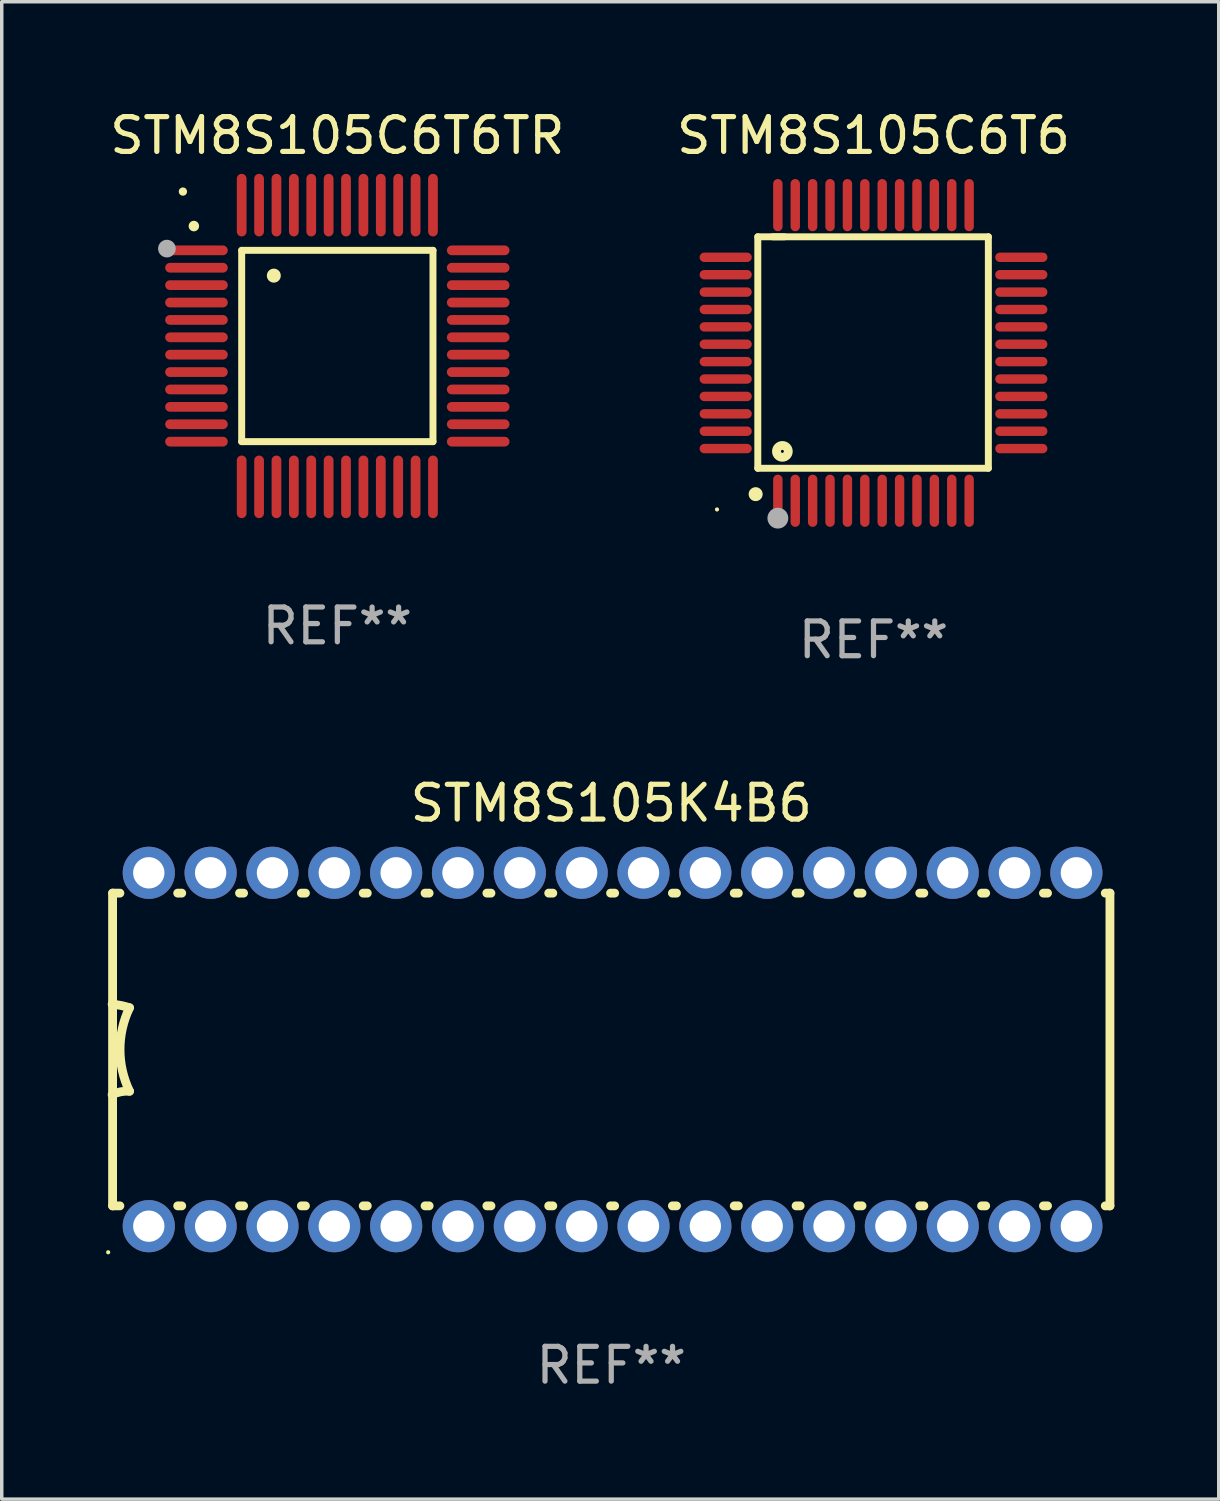
<source format=kicad_pcb>
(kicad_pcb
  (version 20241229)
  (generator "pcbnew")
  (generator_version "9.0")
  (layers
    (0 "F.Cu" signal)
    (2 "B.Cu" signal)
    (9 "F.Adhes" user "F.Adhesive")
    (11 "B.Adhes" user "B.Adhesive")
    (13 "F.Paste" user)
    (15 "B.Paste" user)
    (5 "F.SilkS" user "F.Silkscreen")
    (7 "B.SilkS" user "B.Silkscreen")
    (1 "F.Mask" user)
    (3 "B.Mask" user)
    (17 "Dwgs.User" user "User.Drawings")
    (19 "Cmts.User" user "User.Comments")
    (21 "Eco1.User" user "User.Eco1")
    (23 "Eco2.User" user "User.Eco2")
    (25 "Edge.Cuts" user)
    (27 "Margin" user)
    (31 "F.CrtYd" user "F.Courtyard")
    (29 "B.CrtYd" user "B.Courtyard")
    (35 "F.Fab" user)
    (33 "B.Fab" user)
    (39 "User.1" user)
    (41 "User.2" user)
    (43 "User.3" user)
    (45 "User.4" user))
  (footprint "STM8S105C6T6"
    (layer "F.Cu")
    (at 22.065 7.098)
    (property "Reference" "STM8S105C6T6" (at 0 -6.25 0) (layer "F.SilkS") (effects (font (size 1 1) (thickness 0.15))))
    (attr through_hole)
    (fp_line (start -3.327 -3.34) (end -2.565 -3.34) (stroke (width 0.2) (type solid)) (layer "F.SilkS"))
    (fp_line (start -3.327 3.315) (end -3.327 -3.34) (stroke (width 0.2) (type solid)) (layer "F.SilkS"))
    (fp_line (start -2.896 -3.34) (end 3.302 -3.34) (stroke (width 0.2) (type solid)) (layer "F.SilkS"))
    (fp_line (start 3.302 -3.34) (end 3.302 3.315) (stroke (width 0.2) (type solid)) (layer "F.SilkS"))
    (fp_line (start 3.302 3.315) (end -3.327 3.315) (stroke (width 0.2) (type solid)) (layer "F.SilkS"))
    (fp_arc (start -3.389992 4.059995) (mid -3.388722 4.059991) (end -3.387452 4.059995) (stroke (width 0.4) (type solid)) (layer "F.SilkS"))
    (fp_circle (center -4.5 4.5) (end -4.47 4.5) (stroke (width 0.06) (type solid)) (fill no) (layer "F.SilkS"))
    (fp_circle (center -2.62 2.83) (end -2.45 2.83) (stroke (width 0.254) (type solid)) (fill no) (layer "F.SilkS"))
    (fp_circle (center -2.75 4.75) (end -2.6 4.75) (stroke (width 0.3) (type solid)) (fill no) (layer "F.Fab"))
    (fp_text user "REF**" (at 0 8.25 0) (layer "F.Fab") (effects (font (size 1 1) (thickness 0.15))))
    (pad "1" smd oval (at -2.75 4.25) (size 0.27 1.5) (layers "F.Cu" "F.Mask" "F.Paste"))
    (pad "2" smd oval (at -2.25 4.25) (size 0.27 1.5) (layers "F.Cu" "F.Mask" "F.Paste"))
    (pad "3" smd oval (at -1.75 4.25) (size 0.27 1.5) (layers "F.Cu" "F.Mask" "F.Paste"))
    (pad "4" smd oval (at -1.25 4.25) (size 0.27 1.5) (layers "F.Cu" "F.Mask" "F.Paste"))
    (pad "5" smd oval (at -0.75 4.25) (size 0.27 1.5) (layers "F.Cu" "F.Mask" "F.Paste"))
    (pad "6" smd oval (at -0.25 4.25) (size 0.27 1.5) (layers "F.Cu" "F.Mask" "F.Paste"))
    (pad "7" smd oval (at 0.25 4.25) (size 0.27 1.5) (layers "F.Cu" "F.Mask" "F.Paste"))
    (pad "8" smd oval (at 0.75 4.25) (size 0.27 1.5) (layers "F.Cu" "F.Mask" "F.Paste"))
    (pad "9" smd oval (at 1.25 4.25) (size 0.27 1.5) (layers "F.Cu" "F.Mask" "F.Paste"))
    (pad "10" smd oval (at 1.75 4.25) (size 0.27 1.5) (layers "F.Cu" "F.Mask" "F.Paste"))
    (pad "11" smd oval (at 2.25 4.25) (size 0.27 1.5) (layers "F.Cu" "F.Mask" "F.Paste"))
    (pad "12" smd oval (at 2.75 4.25) (size 0.27 1.5) (layers "F.Cu" "F.Mask" "F.Paste"))
    (pad "13" smd oval (at 4.25 2.75) (size 1.5 0.27) (layers "F.Cu" "F.Mask" "F.Paste"))
    (pad "14" smd oval (at 4.25 2.25) (size 1.5 0.27) (layers "F.Cu" "F.Mask" "F.Paste"))
    (pad "15" smd oval (at 4.25 1.75) (size 1.5 0.27) (layers "F.Cu" "F.Mask" "F.Paste"))
    (pad "16" smd oval (at 4.25 1.25) (size 1.5 0.27) (layers "F.Cu" "F.Mask" "F.Paste"))
    (pad "17" smd oval (at 4.25 0.75) (size 1.5 0.27) (layers "F.Cu" "F.Mask" "F.Paste"))
    (pad "18" smd oval (at 4.25 0.25) (size 1.5 0.27) (layers "F.Cu" "F.Mask" "F.Paste"))
    (pad "19" smd oval (at 4.25 -0.25) (size 1.5 0.27) (layers "F.Cu" "F.Mask" "F.Paste"))
    (pad "20" smd oval (at 4.25 -0.75) (size 1.5 0.27) (layers "F.Cu" "F.Mask" "F.Paste"))
    (pad "21" smd oval (at 4.25 -1.25) (size 1.5 0.27) (layers "F.Cu" "F.Mask" "F.Paste"))
    (pad "22" smd oval (at 4.25 -1.75) (size 1.5 0.27) (layers "F.Cu" "F.Mask" "F.Paste"))
    (pad "23" smd oval (at 4.25 -2.25) (size 1.5 0.27) (layers "F.Cu" "F.Mask" "F.Paste"))
    (pad "24" smd oval (at 4.25 -2.75) (size 1.5 0.27) (layers "F.Cu" "F.Mask" "F.Paste"))
    (pad "25" smd oval (at 2.75 -4.25) (size 0.27 1.5) (layers "F.Cu" "F.Mask" "F.Paste"))
    (pad "26" smd oval (at 2.25 -4.25) (size 0.27 1.5) (layers "F.Cu" "F.Mask" "F.Paste"))
    (pad "27" smd oval (at 1.75 -4.25) (size 0.27 1.5) (layers "F.Cu" "F.Mask" "F.Paste"))
    (pad "28" smd oval (at 1.25 -4.25) (size 0.27 1.5) (layers "F.Cu" "F.Mask" "F.Paste"))
    (pad "29" smd oval (at 0.75 -4.25) (size 0.27 1.5) (layers "F.Cu" "F.Mask" "F.Paste"))
    (pad "30" smd oval (at 0.25 -4.25) (size 0.27 1.5) (layers "F.Cu" "F.Mask" "F.Paste"))
    (pad "31" smd oval (at -0.25 -4.25) (size 0.27 1.5) (layers "F.Cu" "F.Mask" "F.Paste"))
    (pad "32" smd oval (at -0.75 -4.25) (size 0.27 1.5) (layers "F.Cu" "F.Mask" "F.Paste"))
    (pad "33" smd oval (at -1.25 -4.25) (size 0.27 1.5) (layers "F.Cu" "F.Mask" "F.Paste"))
    (pad "34" smd oval (at -1.75 -4.25) (size 0.27 1.5) (layers "F.Cu" "F.Mask" "F.Paste"))
    (pad "35" smd oval (at -2.25 -4.25) (size 0.27 1.5) (layers "F.Cu" "F.Mask" "F.Paste"))
    (pad "36" smd oval (at -2.75 -4.25) (size 0.27 1.5) (layers "F.Cu" "F.Mask" "F.Paste"))
    (pad "37" smd oval (at -4.25 -2.75) (size 1.5 0.27) (layers "F.Cu" "F.Mask" "F.Paste"))
    (pad "38" smd oval (at -4.25 -2.25) (size 1.5 0.27) (layers "F.Cu" "F.Mask" "F.Paste"))
    (pad "39" smd oval (at -4.25 -1.75) (size 1.5 0.27) (layers "F.Cu" "F.Mask" "F.Paste"))
    (pad "40" smd oval (at -4.25 -1.25) (size 1.5 0.27) (layers "F.Cu" "F.Mask" "F.Paste"))
    (pad "41" smd oval (at -4.25 -0.75) (size 1.5 0.27) (layers "F.Cu" "F.Mask" "F.Paste"))
    (pad "42" smd oval (at -4.25 -0.25) (size 1.5 0.27) (layers "F.Cu" "F.Mask" "F.Paste"))
    (pad "43" smd oval (at -4.25 0.25) (size 1.5 0.27) (layers "F.Cu" "F.Mask" "F.Paste"))
    (pad "44" smd oval (at -4.25 0.75) (size 1.5 0.27) (layers "F.Cu" "F.Mask" "F.Paste"))
    (pad "45" smd oval (at -4.25 1.25) (size 1.5 0.27) (layers "F.Cu" "F.Mask" "F.Paste"))
    (pad "46" smd oval (at -4.25 1.75) (size 1.5 0.27) (layers "F.Cu" "F.Mask" "F.Paste"))
    (pad "47" smd oval (at -4.25 2.25) (size 1.5 0.27) (layers "F.Cu" "F.Mask" "F.Paste"))
    (pad "48" smd oval (at -4.25 2.75) (size 1.5 0.27) (layers "F.Cu" "F.Mask" "F.Paste")))
  (footprint "STM8S105K4B6"
    (layer "F.Cu")
    (at 14.525 27.125)
    (property "Reference" "STM8S105K4B6" (at 0 -7.08 0) (layer "F.SilkS") (effects (font (size 1 1) (thickness 0.15))))
    (attr through_hole)
    (fp_line (start -14.338 -4.496) (end -14.128 -4.496) (stroke (width 0.254) (type solid)) (layer "F.SilkS"))
    (fp_line (start -14.338 -1.295) (end -14.338 -4.496) (stroke (width 0.254) (type solid)) (layer "F.SilkS"))
    (fp_line (start -14.338 1.295) (end -14.338 -1.295) (stroke (width 0.254) (type solid)) (layer "F.SilkS"))
    (fp_line (start -14.338 4.496) (end -14.338 1.295) (stroke (width 0.254) (type solid)) (layer "F.SilkS"))
    (fp_line (start -14.338 4.496) (end -14.128 4.496) (stroke (width 0.254) (type solid)) (layer "F.SilkS"))
    (fp_line (start -12.466 -4.496) (end -12.35 -4.496) (stroke (width 0.254) (type solid)) (layer "F.SilkS"))
    (fp_line (start -12.466 4.496) (end -12.35 4.496) (stroke (width 0.254) (type solid)) (layer "F.SilkS"))
    (fp_line (start -10.688 -4.496) (end -10.572 -4.496) (stroke (width 0.254) (type solid)) (layer "F.SilkS"))
    (fp_line (start -10.688 4.496) (end -10.572 4.496) (stroke (width 0.254) (type solid)) (layer "F.SilkS"))
    (fp_line (start -8.91 -4.496) (end -8.793 -4.496) (stroke (width 0.254) (type solid)) (layer "F.SilkS"))
    (fp_line (start -8.91 4.496) (end -8.793 4.496) (stroke (width 0.254) (type solid)) (layer "F.SilkS"))
    (fp_line (start -7.132 -4.496) (end -7.015 -4.496) (stroke (width 0.254) (type solid)) (layer "F.SilkS"))
    (fp_line (start -7.132 4.496) (end -7.015 4.496) (stroke (width 0.254) (type solid)) (layer "F.SilkS"))
    (fp_line (start -5.354 -4.496) (end -5.237 -4.496) (stroke (width 0.254) (type solid)) (layer "F.SilkS"))
    (fp_line (start -5.354 4.496) (end -5.237 4.496) (stroke (width 0.254) (type solid)) (layer "F.SilkS"))
    (fp_line (start -3.576 -4.496) (end -3.459 -4.496) (stroke (width 0.254) (type solid)) (layer "F.SilkS"))
    (fp_line (start -3.576 4.496) (end -3.459 4.496) (stroke (width 0.254) (type solid)) (layer "F.SilkS"))
    (fp_line (start -1.798 -4.496) (end -1.681 -4.496) (stroke (width 0.254) (type solid)) (layer "F.SilkS"))
    (fp_line (start -1.798 4.496) (end -1.681 4.496) (stroke (width 0.254) (type solid)) (layer "F.SilkS"))
    (fp_line (start -0.02 -4.496) (end 0.097 -4.496) (stroke (width 0.254) (type solid)) (layer "F.SilkS"))
    (fp_line (start -0.02 4.496) (end 0.097 4.496) (stroke (width 0.254) (type solid)) (layer "F.SilkS"))
    (fp_line (start 1.758 -4.496) (end 1.875 -4.496) (stroke (width 0.254) (type solid)) (layer "F.SilkS"))
    (fp_line (start 1.758 4.496) (end 1.875 4.496) (stroke (width 0.254) (type solid)) (layer "F.SilkS"))
    (fp_line (start 3.536 -4.496) (end 3.653 -4.496) (stroke (width 0.254) (type solid)) (layer "F.SilkS"))
    (fp_line (start 3.536 4.496) (end 3.653 4.496) (stroke (width 0.254) (type solid)) (layer "F.SilkS"))
    (fp_line (start 5.314 -4.496) (end 5.431 -4.496) (stroke (width 0.254) (type solid)) (layer "F.SilkS"))
    (fp_line (start 5.314 4.496) (end 5.431 4.496) (stroke (width 0.254) (type solid)) (layer "F.SilkS"))
    (fp_line (start 7.092 -4.496) (end 7.209 -4.496) (stroke (width 0.254) (type solid)) (layer "F.SilkS"))
    (fp_line (start 7.092 4.496) (end 7.209 4.496) (stroke (width 0.254) (type solid)) (layer "F.SilkS"))
    (fp_line (start 8.87 -4.496) (end 8.987 -4.496) (stroke (width 0.254) (type solid)) (layer "F.SilkS"))
    (fp_line (start 8.87 4.496) (end 8.987 4.496) (stroke (width 0.254) (type solid)) (layer "F.SilkS"))
    (fp_line (start 10.648 -4.496) (end 10.765 -4.496) (stroke (width 0.254) (type solid)) (layer "F.SilkS"))
    (fp_line (start 10.648 4.496) (end 10.765 4.496) (stroke (width 0.254) (type solid)) (layer "F.SilkS"))
    (fp_line (start 12.426 -4.496) (end 12.543 -4.496) (stroke (width 0.254) (type solid)) (layer "F.SilkS"))
    (fp_line (start 12.426 4.496) (end 12.543 4.496) (stroke (width 0.254) (type solid)) (layer "F.SilkS"))
    (fp_line (start 14.204 -4.496) (end 14.338 -4.496) (stroke (width 0.254) (type solid)) (layer "F.SilkS"))
    (fp_line (start 14.204 4.496) (end 14.338 4.496) (stroke (width 0.254) (type solid)) (layer "F.SilkS"))
    (fp_line (start 14.338 -4.496) (end 14.338 4.496) (stroke (width 0.254) (type solid)) (layer "F.SilkS"))
    (fp_arc (start -14.350902 -1.3) (mid -14.09779 -1.26556) (end -13.850902 -1.2) (stroke (width 0.254001) (type solid)) (layer "F.SilkS"))
    (fp_arc (start -14.350902 1.3) (mid -14.107595 1.216535) (end -13.850902 1.2) (stroke (width 0.254001) (type solid)) (layer "F.SilkS"))
    (fp_arc (start -13.850902 1.2) (mid -14.123939 0) (end -13.850902 -1.2) (stroke (width 0.254001) (type solid)) (layer "F.SilkS"))
    (fp_circle (center -14.465 5.83) (end -14.435 5.83) (stroke (width 0.06) (type solid)) (fill no) (layer "F.SilkS"))
    (fp_text user "REF**" (at 0 9.08 0) (layer "F.Fab") (effects (font (size 1 1) (thickness 0.15))))
    (pad "1" thru_hole circle (at -13.297 5.08) (size 1.5 1.5) (drill 0.9) (layers "*.Cu" "*.Mask"))
    (pad "2" thru_hole circle (at -11.519 5.08) (size 1.5 1.5) (drill 0.9) (layers "*.Cu" "*.Mask"))
    (pad "3" thru_hole circle (at -9.741 5.08) (size 1.5 1.5) (drill 0.9) (layers "*.Cu" "*.Mask"))
    (pad "4" thru_hole circle (at -7.963 5.08) (size 1.5 1.5) (drill 0.9) (layers "*.Cu" "*.Mask"))
    (pad "5" thru_hole circle (at -6.185 5.08) (size 1.5 1.5) (drill 0.9) (layers "*.Cu" "*.Mask"))
    (pad "6" thru_hole circle (at -4.407 5.08) (size 1.5 1.5) (drill 0.9) (layers "*.Cu" "*.Mask"))
    (pad "7" thru_hole circle (at -2.629 5.08) (size 1.5 1.5) (drill 0.9) (layers "*.Cu" "*.Mask"))
    (pad "8" thru_hole circle (at -0.851 5.08) (size 1.5 1.5) (drill 0.9) (layers "*.Cu" "*.Mask"))
    (pad "9" thru_hole circle (at 0.927 5.08) (size 1.5 1.5) (drill 0.9) (layers "*.Cu" "*.Mask"))
    (pad "10" thru_hole circle (at 2.705 5.08) (size 1.5 1.5) (drill 0.9) (layers "*.Cu" "*.Mask"))
    (pad "11" thru_hole circle (at 4.483 5.08) (size 1.5 1.5) (drill 0.9) (layers "*.Cu" "*.Mask"))
    (pad "12" thru_hole circle (at 6.261 5.08) (size 1.5 1.5) (drill 0.9) (layers "*.Cu" "*.Mask"))
    (pad "13" thru_hole circle (at 8.039 5.08) (size 1.5 1.5) (drill 0.9) (layers "*.Cu" "*.Mask"))
    (pad "14" thru_hole circle (at 9.817 5.08) (size 1.5 1.5) (drill 0.9) (layers "*.Cu" "*.Mask"))
    (pad "15" thru_hole circle (at 11.595 5.08) (size 1.5 1.5) (drill 0.9) (layers "*.Cu" "*.Mask"))
    (pad "16" thru_hole circle (at 13.373 5.08) (size 1.5 1.5) (drill 0.9) (layers "*.Cu" "*.Mask"))
    (pad "17" thru_hole circle (at 13.373 -5.08) (size 1.5 1.5) (drill 0.9) (layers "*.Cu" "*.Mask"))
    (pad "18" thru_hole circle (at 11.595 -5.08) (size 1.5 1.5) (drill 0.9) (layers "*.Cu" "*.Mask"))
    (pad "19" thru_hole circle (at 9.817 -5.08) (size 1.5 1.5) (drill 0.9) (layers "*.Cu" "*.Mask"))
    (pad "20" thru_hole circle (at 8.039 -5.08) (size 1.5 1.5) (drill 0.9) (layers "*.Cu" "*.Mask"))
    (pad "21" thru_hole circle (at 6.261 -5.08) (size 1.5 1.5) (drill 0.9) (layers "*.Cu" "*.Mask"))
    (pad "22" thru_hole circle (at 4.483 -5.08) (size 1.5 1.5) (drill 0.9) (layers "*.Cu" "*.Mask"))
    (pad "23" thru_hole circle (at 2.705 -5.08) (size 1.5 1.5) (drill 0.9) (layers "*.Cu" "*.Mask"))
    (pad "24" thru_hole circle (at 0.927 -5.08) (size 1.5 1.5) (drill 0.9) (layers "*.Cu" "*.Mask"))
    (pad "25" thru_hole circle (at -0.851 -5.08) (size 1.5 1.5) (drill 0.9) (layers "*.Cu" "*.Mask"))
    (pad "26" thru_hole circle (at -2.629 -5.08) (size 1.5 1.5) (drill 0.9) (layers "*.Cu" "*.Mask"))
    (pad "27" thru_hole circle (at -4.407 -5.08) (size 1.5 1.5) (drill 0.9) (layers "*.Cu" "*.Mask"))
    (pad "28" thru_hole circle (at -6.185 -5.08) (size 1.5 1.5) (drill 0.9) (layers "*.Cu" "*.Mask"))
    (pad "29" thru_hole circle (at -7.963 -5.08) (size 1.5 1.5) (drill 0.9) (layers "*.Cu" "*.Mask"))
    (pad "30" thru_hole circle (at -9.741 -5.08) (size 1.5 1.5) (drill 0.9) (layers "*.Cu" "*.Mask"))
    (pad "31" thru_hole circle (at -11.519 -5.08) (size 1.5 1.5) (drill 0.9) (layers "*.Cu" "*.Mask"))
    (pad "32" thru_hole circle (at -13.297 -5.08) (size 1.5 1.5) (drill 0.9) (layers "*.Cu" "*.Mask")))
  (footprint "STM8S105C6T6TR"
    (layer "F.Cu")
    (at 6.649 6.898)
    (property "Reference" "STM8S105C6T6TR" (at 0 -6.05 0) (layer "F.SilkS") (effects (font (size 1 1) (thickness 0.15))))
    (attr through_hole)
    (fp_line (start -2.75 -2.75) (end 2.75 -2.75) (stroke (width 0.2) (type solid)) (layer "F.SilkS"))
    (fp_line (start -2.75 2.75) (end -2.75 -2.75) (stroke (width 0.2) (type solid)) (layer "F.SilkS"))
    (fp_line (start 2.75 -2.75) (end 2.75 2.75) (stroke (width 0.2) (type solid)) (layer "F.SilkS"))
    (fp_line (start 2.75 2.75) (end -2.75 2.75) (stroke (width 0.2) (type solid)) (layer "F.SilkS"))
    (fp_arc (start -4.124968 -3.446787) (mid -4.124973 -3.448057) (end -4.124968 -3.449327) (stroke (width 0.3) (type solid)) (layer "F.SilkS"))
    (fp_arc (start -1.826264 -2.021844) (mid -1.826268 -2.023114) (end -1.826264 -2.024384) (stroke (width 0.4) (type solid)) (layer "F.SilkS"))
    (fp_circle (center -4.44 -4.44) (end -4.38 -4.44) (stroke (width 0.12) (type solid)) (fill no) (layer "F.SilkS"))
    (fp_circle (center -4.9 -2.8) (end -4.773 -2.8) (stroke (width 0.254) (type solid)) (fill no) (layer "F.Fab"))
    (fp_text user "REF**" (at 0 8.05 0) (layer "F.Fab") (effects (font (size 1 1) (thickness 0.15))))
    (pad "1" smd oval (at -4.05 -2.75 90) (size 0.28 1.8) (layers "F.Cu" "F.Mask" "F.Paste"))
    (pad "2" smd oval (at -4.05 -2.25 90) (size 0.28 1.8) (layers "F.Cu" "F.Mask" "F.Paste"))
    (pad "3" smd oval (at -4.05 -1.75 90) (size 0.28 1.8) (layers "F.Cu" "F.Mask" "F.Paste"))
    (pad "4" smd oval (at -4.05 -1.25 90) (size 0.28 1.8) (layers "F.Cu" "F.Mask" "F.Paste"))
    (pad "5" smd oval (at -4.05 -0.75 90) (size 0.28 1.8) (layers "F.Cu" "F.Mask" "F.Paste"))
    (pad "6" smd oval (at -4.05 -0.25 90) (size 0.28 1.8) (layers "F.Cu" "F.Mask" "F.Paste"))
    (pad "7" smd oval (at -4.05 0.25 90) (size 0.28 1.8) (layers "F.Cu" "F.Mask" "F.Paste"))
    (pad "8" smd oval (at -4.05 0.75 90) (size 0.28 1.8) (layers "F.Cu" "F.Mask" "F.Paste"))
    (pad "9" smd oval (at -4.05 1.25 90) (size 0.28 1.8) (layers "F.Cu" "F.Mask" "F.Paste"))
    (pad "10" smd oval (at -4.05 1.75 90) (size 0.28 1.8) (layers "F.Cu" "F.Mask" "F.Paste"))
    (pad "11" smd oval (at -4.05 2.25 90) (size 0.28 1.8) (layers "F.Cu" "F.Mask" "F.Paste"))
    (pad "12" smd oval (at -4.05 2.75 90) (size 0.28 1.8) (layers "F.Cu" "F.Mask" "F.Paste"))
    (pad "13" smd oval (at -2.75 4.05) (size 0.28 1.8) (layers "F.Cu" "F.Mask" "F.Paste"))
    (pad "14" smd oval (at -2.25 4.05) (size 0.28 1.8) (layers "F.Cu" "F.Mask" "F.Paste"))
    (pad "15" smd oval (at -1.75 4.05) (size 0.28 1.8) (layers "F.Cu" "F.Mask" "F.Paste"))
    (pad "16" smd oval (at -1.25 4.05) (size 0.28 1.8) (layers "F.Cu" "F.Mask" "F.Paste"))
    (pad "17" smd oval (at -0.75 4.05) (size 0.28 1.8) (layers "F.Cu" "F.Mask" "F.Paste"))
    (pad "18" smd oval (at -0.25 4.05) (size 0.28 1.8) (layers "F.Cu" "F.Mask" "F.Paste"))
    (pad "19" smd oval (at 0.25 4.05) (size 0.28 1.8) (layers "F.Cu" "F.Mask" "F.Paste"))
    (pad "20" smd oval (at 0.75 4.05) (size 0.28 1.8) (layers "F.Cu" "F.Mask" "F.Paste"))
    (pad "21" smd oval (at 1.25 4.05) (size 0.28 1.8) (layers "F.Cu" "F.Mask" "F.Paste"))
    (pad "22" smd oval (at 1.75 4.05) (size 0.28 1.8) (layers "F.Cu" "F.Mask" "F.Paste"))
    (pad "23" smd oval (at 2.25 4.05) (size 0.28 1.8) (layers "F.Cu" "F.Mask" "F.Paste"))
    (pad "24" smd oval (at 2.75 4.05) (size 0.28 1.8) (layers "F.Cu" "F.Mask" "F.Paste"))
    (pad "25" smd oval (at 4.05 2.75 90) (size 0.28 1.8) (layers "F.Cu" "F.Mask" "F.Paste"))
    (pad "26" smd oval (at 4.05 2.25 90) (size 0.28 1.8) (layers "F.Cu" "F.Mask" "F.Paste"))
    (pad "27" smd oval (at 4.05 1.75 90) (size 0.28 1.8) (layers "F.Cu" "F.Mask" "F.Paste"))
    (pad "28" smd oval (at 4.05 1.25 90) (size 0.28 1.8) (layers "F.Cu" "F.Mask" "F.Paste"))
    (pad "29" smd oval (at 4.05 0.75 90) (size 0.28 1.8) (layers "F.Cu" "F.Mask" "F.Paste"))
    (pad "30" smd oval (at 4.05 0.25 90) (size 0.28 1.8) (layers "F.Cu" "F.Mask" "F.Paste"))
    (pad "31" smd oval (at 4.05 -0.25 90) (size 0.28 1.8) (layers "F.Cu" "F.Mask" "F.Paste"))
    (pad "32" smd oval (at 4.05 -0.75 90) (size 0.28 1.8) (layers "F.Cu" "F.Mask" "F.Paste"))
    (pad "33" smd oval (at 4.05 -1.25 90) (size 0.28 1.8) (layers "F.Cu" "F.Mask" "F.Paste"))
    (pad "34" smd oval (at 4.05 -1.75 90) (size 0.28 1.8) (layers "F.Cu" "F.Mask" "F.Paste"))
    (pad "35" smd oval (at 4.05 -2.25 90) (size 0.28 1.8) (layers "F.Cu" "F.Mask" "F.Paste"))
    (pad "36" smd oval (at 4.05 -2.75 90) (size 0.28 1.8) (layers "F.Cu" "F.Mask" "F.Paste"))
    (pad "37" smd oval (at 2.75 -4.05) (size 0.28 1.8) (layers "F.Cu" "F.Mask" "F.Paste"))
    (pad "38" smd oval (at 2.25 -4.05) (size 0.28 1.8) (layers "F.Cu" "F.Mask" "F.Paste"))
    (pad "39" smd oval (at 1.75 -4.05) (size 0.28 1.8) (layers "F.Cu" "F.Mask" "F.Paste"))
    (pad "40" smd oval (at 1.25 -4.05) (size 0.28 1.8) (layers "F.Cu" "F.Mask" "F.Paste"))
    (pad "41" smd oval (at 0.75 -4.05) (size 0.28 1.8) (layers "F.Cu" "F.Mask" "F.Paste"))
    (pad "42" smd oval (at 0.25 -4.05) (size 0.28 1.8) (layers "F.Cu" "F.Mask" "F.Paste"))
    (pad "43" smd oval (at -0.25 -4.05) (size 0.28 1.8) (layers "F.Cu" "F.Mask" "F.Paste"))
    (pad "44" smd oval (at -0.75 -4.05) (size 0.28 1.8) (layers "F.Cu" "F.Mask" "F.Paste"))
    (pad "45" smd oval (at -1.25 -4.05) (size 0.28 1.8) (layers "F.Cu" "F.Mask" "F.Paste"))
    (pad "46" smd oval (at -1.75 -4.05) (size 0.28 1.8) (layers "F.Cu" "F.Mask" "F.Paste"))
    (pad "47" smd oval (at -2.25 -4.05) (size 0.28 1.8) (layers "F.Cu" "F.Mask" "F.Paste"))
    (pad "48" smd oval (at -2.75 -4.05) (size 0.28 1.8) (layers "F.Cu" "F.Mask" "F.Paste")))
  (gr_rect
    (start -3 -3)
    (end 31.991 40.053)
    (stroke (width 0.1) (type default))
    (fill no)
    (layer "Edge.Cuts")))
</source>
